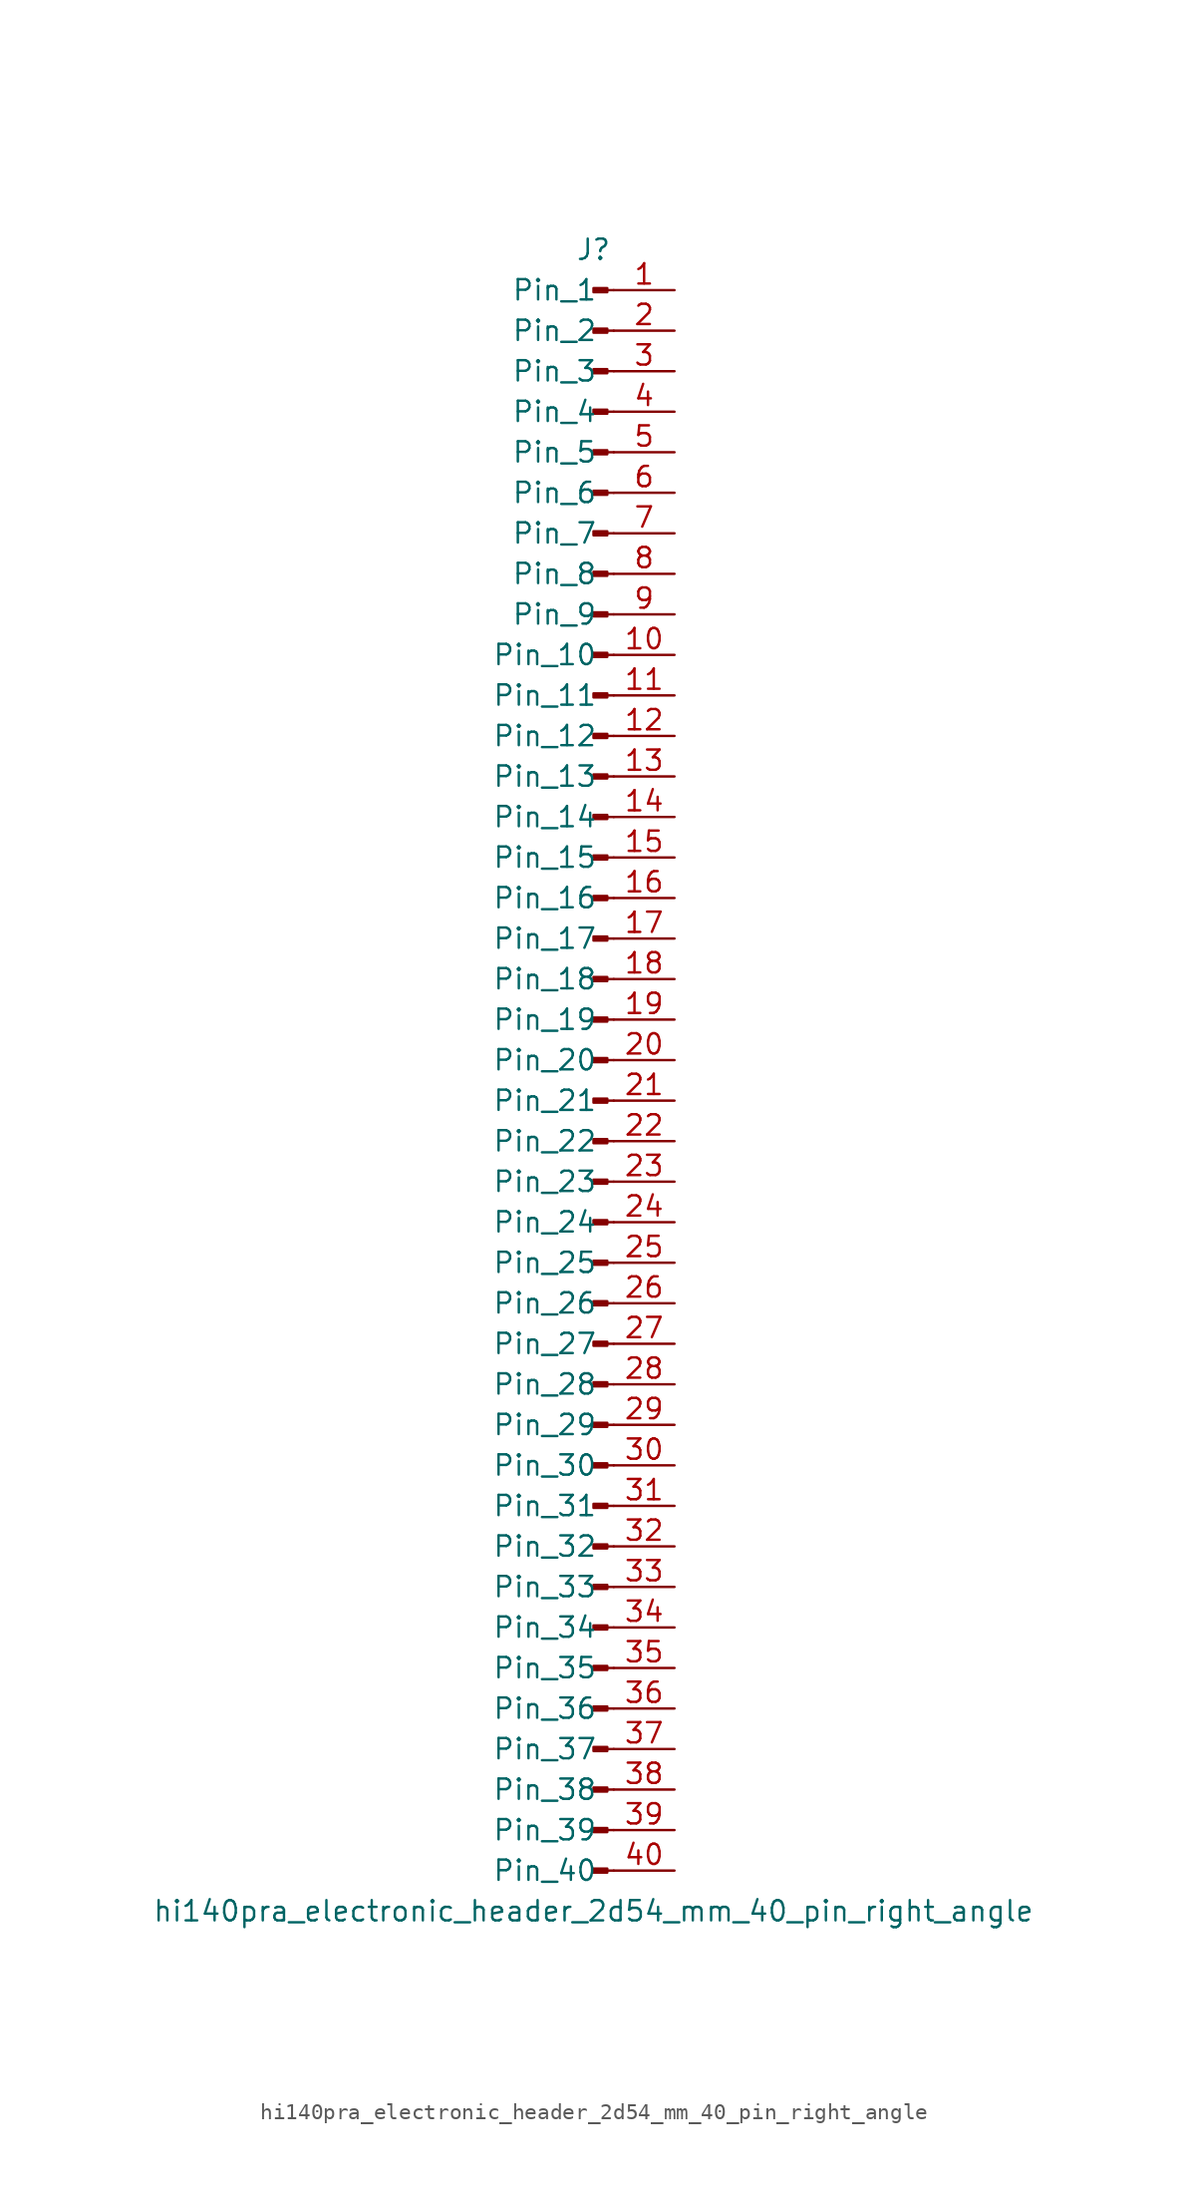
<source format=kicad_sym>
(kicad_symbol_lib
  (version 20220914)
  (generator kicad_symbol_editor)
  (symbol "hi140pra_electronic_header_2d54_mm_40_pin_right_angle"
    (pin_names
      (offset 1.016))
    (property "Reference" "J"
      (at 0 50.8 0)
      (effects (font (size 1.27 1.27))))
    (property "Value" "hi140pra_electronic_header_2d54_mm_40_pin_right_angle"
      (at 0 -53.34 0)
      (effects (font (size 1.27 1.27))))
    (property "ki_locked" ""
      (at 0 0 0)
      (effects (font (size 1.27 1.27))))
    (symbol "hi140pra_electronic_header_2d54_mm_40_pin_right_angle_1_1"
      (polyline (pts (xy 1.27 -50.8) (xy 0.864 -50.8)) (stroke (width 0.152) (type default)) (fill (type none)))
      (polyline (pts (xy 1.27 -48.26) (xy 0.864 -48.26)) (stroke (width 0.152) (type default)) (fill (type none)))
      (polyline (pts (xy 1.27 -45.72) (xy 0.864 -45.72)) (stroke (width 0.152) (type default)) (fill (type none)))
      (polyline (pts (xy 1.27 -43.18) (xy 0.864 -43.18)) (stroke (width 0.152) (type default)) (fill (type none)))
      (polyline (pts (xy 1.27 -40.64) (xy 0.864 -40.64)) (stroke (width 0.152) (type default)) (fill (type none)))
      (polyline (pts (xy 1.27 -38.1) (xy 0.864 -38.1)) (stroke (width 0.152) (type default)) (fill (type none)))
      (polyline (pts (xy 1.27 -35.56) (xy 0.864 -35.56)) (stroke (width 0.152) (type default)) (fill (type none)))
      (polyline (pts (xy 1.27 -33.02) (xy 0.864 -33.02)) (stroke (width 0.152) (type default)) (fill (type none)))
      (polyline (pts (xy 1.27 -30.48) (xy 0.864 -30.48)) (stroke (width 0.152) (type default)) (fill (type none)))
      (polyline (pts (xy 1.27 -27.94) (xy 0.864 -27.94)) (stroke (width 0.152) (type default)) (fill (type none)))
      (polyline (pts (xy 1.27 -25.4) (xy 0.864 -25.4)) (stroke (width 0.152) (type default)) (fill (type none)))
      (polyline (pts (xy 1.27 -22.86) (xy 0.864 -22.86)) (stroke (width 0.152) (type default)) (fill (type none)))
      (polyline (pts (xy 1.27 -20.32) (xy 0.864 -20.32)) (stroke (width 0.152) (type default)) (fill (type none)))
      (polyline (pts (xy 1.27 -17.78) (xy 0.864 -17.78)) (stroke (width 0.152) (type default)) (fill (type none)))
      (polyline (pts (xy 1.27 -15.24) (xy 0.864 -15.24)) (stroke (width 0.152) (type default)) (fill (type none)))
      (polyline (pts (xy 1.27 -12.7) (xy 0.864 -12.7)) (stroke (width 0.152) (type default)) (fill (type none)))
      (polyline (pts (xy 1.27 -10.16) (xy 0.864 -10.16)) (stroke (width 0.152) (type default)) (fill (type none)))
      (polyline (pts (xy 1.27 -7.62) (xy 0.864 -7.62)) (stroke (width 0.152) (type default)) (fill (type none)))
      (polyline (pts (xy 1.27 -5.08) (xy 0.864 -5.08)) (stroke (width 0.152) (type default)) (fill (type none)))
      (polyline (pts (xy 1.27 -2.54) (xy 0.864 -2.54)) (stroke (width 0.152) (type default)) (fill (type none)))
      (polyline (pts (xy 1.27 0) (xy 0.864 0)) (stroke (width 0.152) (type default)) (fill (type none)))
      (polyline (pts (xy 1.27 2.54) (xy 0.864 2.54)) (stroke (width 0.152) (type default)) (fill (type none)))
      (polyline (pts (xy 1.27 5.08) (xy 0.864 5.08)) (stroke (width 0.152) (type default)) (fill (type none)))
      (polyline (pts (xy 1.27 7.62) (xy 0.864 7.62)) (stroke (width 0.152) (type default)) (fill (type none)))
      (polyline (pts (xy 1.27 10.16) (xy 0.864 10.16)) (stroke (width 0.152) (type default)) (fill (type none)))
      (polyline (pts (xy 1.27 12.7) (xy 0.864 12.7)) (stroke (width 0.152) (type default)) (fill (type none)))
      (polyline (pts (xy 1.27 15.24) (xy 0.864 15.24)) (stroke (width 0.152) (type default)) (fill (type none)))
      (polyline (pts (xy 1.27 17.78) (xy 0.864 17.78)) (stroke (width 0.152) (type default)) (fill (type none)))
      (polyline (pts (xy 1.27 20.32) (xy 0.864 20.32)) (stroke (width 0.152) (type default)) (fill (type none)))
      (polyline (pts (xy 1.27 22.86) (xy 0.864 22.86)) (stroke (width 0.152) (type default)) (fill (type none)))
      (polyline (pts (xy 1.27 25.4) (xy 0.864 25.4)) (stroke (width 0.152) (type default)) (fill (type none)))
      (polyline (pts (xy 1.27 27.94) (xy 0.864 27.94)) (stroke (width 0.152) (type default)) (fill (type none)))
      (polyline (pts (xy 1.27 30.48) (xy 0.864 30.48)) (stroke (width 0.152) (type default)) (fill (type none)))
      (polyline (pts (xy 1.27 33.02) (xy 0.864 33.02)) (stroke (width 0.152) (type default)) (fill (type none)))
      (polyline (pts (xy 1.27 35.56) (xy 0.864 35.56)) (stroke (width 0.152) (type default)) (fill (type none)))
      (polyline (pts (xy 1.27 38.1) (xy 0.864 38.1)) (stroke (width 0.152) (type default)) (fill (type none)))
      (polyline (pts (xy 1.27 40.64) (xy 0.864 40.64)) (stroke (width 0.152) (type default)) (fill (type none)))
      (polyline (pts (xy 1.27 43.18) (xy 0.864 43.18)) (stroke (width 0.152) (type default)) (fill (type none)))
      (polyline (pts (xy 1.27 45.72) (xy 0.864 45.72)) (stroke (width 0.152) (type default)) (fill (type none)))
      (polyline (pts (xy 1.27 48.26) (xy 0.864 48.26)) (stroke (width 0.152) (type default)) (fill (type none)))
      (rectangle (start 0.864 -50.673) (end 0 -50.927) (stroke (width 0.152) (type default)) (fill (type outline)))
      (rectangle (start 0.864 -48.133) (end 0 -48.387) (stroke (width 0.152) (type default)) (fill (type outline)))
      (rectangle (start 0.864 -45.593) (end 0 -45.847) (stroke (width 0.152) (type default)) (fill (type outline)))
      (rectangle (start 0.864 -43.053) (end 0 -43.307) (stroke (width 0.152) (type default)) (fill (type outline)))
      (rectangle (start 0.864 -40.513) (end 0 -40.767) (stroke (width 0.152) (type default)) (fill (type outline)))
      (rectangle (start 0.864 -37.973) (end 0 -38.227) (stroke (width 0.152) (type default)) (fill (type outline)))
      (rectangle (start 0.864 -35.433) (end 0 -35.687) (stroke (width 0.152) (type default)) (fill (type outline)))
      (rectangle (start 0.864 -32.893) (end 0 -33.147) (stroke (width 0.152) (type default)) (fill (type outline)))
      (rectangle (start 0.864 -30.353) (end 0 -30.607) (stroke (width 0.152) (type default)) (fill (type outline)))
      (rectangle (start 0.864 -27.813) (end 0 -28.067) (stroke (width 0.152) (type default)) (fill (type outline)))
      (rectangle (start 0.864 -25.273) (end 0 -25.527) (stroke (width 0.152) (type default)) (fill (type outline)))
      (rectangle (start 0.864 -22.733) (end 0 -22.987) (stroke (width 0.152) (type default)) (fill (type outline)))
      (rectangle (start 0.864 -20.193) (end 0 -20.447) (stroke (width 0.152) (type default)) (fill (type outline)))
      (rectangle (start 0.864 -17.653) (end 0 -17.907) (stroke (width 0.152) (type default)) (fill (type outline)))
      (rectangle (start 0.864 -15.113) (end 0 -15.367) (stroke (width 0.152) (type default)) (fill (type outline)))
      (rectangle (start 0.864 -12.573) (end 0 -12.827) (stroke (width 0.152) (type default)) (fill (type outline)))
      (rectangle (start 0.864 -10.033) (end 0 -10.287) (stroke (width 0.152) (type default)) (fill (type outline)))
      (rectangle (start 0.864 -7.493) (end 0 -7.747) (stroke (width 0.152) (type default)) (fill (type outline)))
      (rectangle (start 0.864 -4.953) (end 0 -5.207) (stroke (width 0.152) (type default)) (fill (type outline)))
      (rectangle (start 0.864 -2.413) (end 0 -2.667) (stroke (width 0.152) (type default)) (fill (type outline)))
      (rectangle (start 0.864 0.127) (end 0 -0.127) (stroke (width 0.152) (type default)) (fill (type outline)))
      (rectangle (start 0.864 2.667) (end 0 2.413) (stroke (width 0.152) (type default)) (fill (type outline)))
      (rectangle (start 0.864 5.207) (end 0 4.953) (stroke (width 0.152) (type default)) (fill (type outline)))
      (rectangle (start 0.864 7.747) (end 0 7.493) (stroke (width 0.152) (type default)) (fill (type outline)))
      (rectangle (start 0.864 10.287) (end 0 10.033) (stroke (width 0.152) (type default)) (fill (type outline)))
      (rectangle (start 0.864 12.827) (end 0 12.573) (stroke (width 0.152) (type default)) (fill (type outline)))
      (rectangle (start 0.864 15.367) (end 0 15.113) (stroke (width 0.152) (type default)) (fill (type outline)))
      (rectangle (start 0.864 17.907) (end 0 17.653) (stroke (width 0.152) (type default)) (fill (type outline)))
      (rectangle (start 0.864 20.447) (end 0 20.193) (stroke (width 0.152) (type default)) (fill (type outline)))
      (rectangle (start 0.864 22.987) (end 0 22.733) (stroke (width 0.152) (type default)) (fill (type outline)))
      (rectangle (start 0.864 25.527) (end 0 25.273) (stroke (width 0.152) (type default)) (fill (type outline)))
      (rectangle (start 0.864 28.067) (end 0 27.813) (stroke (width 0.152) (type default)) (fill (type outline)))
      (rectangle (start 0.864 30.607) (end 0 30.353) (stroke (width 0.152) (type default)) (fill (type outline)))
      (rectangle (start 0.864 33.147) (end 0 32.893) (stroke (width 0.152) (type default)) (fill (type outline)))
      (rectangle (start 0.864 35.687) (end 0 35.433) (stroke (width 0.152) (type default)) (fill (type outline)))
      (rectangle (start 0.864 38.227) (end 0 37.973) (stroke (width 0.152) (type default)) (fill (type outline)))
      (rectangle (start 0.864 40.767) (end 0 40.513) (stroke (width 0.152) (type default)) (fill (type outline)))
      (rectangle (start 0.864 43.307) (end 0 43.053) (stroke (width 0.152) (type default)) (fill (type outline)))
      (rectangle (start 0.864 45.847) (end 0 45.593) (stroke (width 0.152) (type default)) (fill (type outline)))
      (rectangle (start 0.864 48.387) (end 0 48.133) (stroke (width 0.152) (type default)) (fill (type outline)))
      (pin passive line (at 5.08 48.26 180) (length 3.81) (name "Pin_1" (effects (font (size 1.27 1.27)))) (number "1" (effects (font (size 1.27 1.27)))))
      (pin passive line (at 5.08 25.4 180) (length 3.81) (name "Pin_10" (effects (font (size 1.27 1.27)))) (number "10" (effects (font (size 1.27 1.27)))))
      (pin passive line (at 5.08 22.86 180) (length 3.81) (name "Pin_11" (effects (font (size 1.27 1.27)))) (number "11" (effects (font (size 1.27 1.27)))))
      (pin passive line (at 5.08 20.32 180) (length 3.81) (name "Pin_12" (effects (font (size 1.27 1.27)))) (number "12" (effects (font (size 1.27 1.27)))))
      (pin passive line (at 5.08 17.78 180) (length 3.81) (name "Pin_13" (effects (font (size 1.27 1.27)))) (number "13" (effects (font (size 1.27 1.27)))))
      (pin passive line (at 5.08 15.24 180) (length 3.81) (name "Pin_14" (effects (font (size 1.27 1.27)))) (number "14" (effects (font (size 1.27 1.27)))))
      (pin passive line (at 5.08 12.7 180) (length 3.81) (name "Pin_15" (effects (font (size 1.27 1.27)))) (number "15" (effects (font (size 1.27 1.27)))))
      (pin passive line (at 5.08 10.16 180) (length 3.81) (name "Pin_16" (effects (font (size 1.27 1.27)))) (number "16" (effects (font (size 1.27 1.27)))))
      (pin passive line (at 5.08 7.62 180) (length 3.81) (name "Pin_17" (effects (font (size 1.27 1.27)))) (number "17" (effects (font (size 1.27 1.27)))))
      (pin passive line (at 5.08 5.08 180) (length 3.81) (name "Pin_18" (effects (font (size 1.27 1.27)))) (number "18" (effects (font (size 1.27 1.27)))))
      (pin passive line (at 5.08 2.54 180) (length 3.81) (name "Pin_19" (effects (font (size 1.27 1.27)))) (number "19" (effects (font (size 1.27 1.27)))))
      (pin passive line (at 5.08 45.72 180) (length 3.81) (name "Pin_2" (effects (font (size 1.27 1.27)))) (number "2" (effects (font (size 1.27 1.27)))))
      (pin passive line (at 5.08 0 180) (length 3.81) (name "Pin_20" (effects (font (size 1.27 1.27)))) (number "20" (effects (font (size 1.27 1.27)))))
      (pin passive line (at 5.08 -2.54 180) (length 3.81) (name "Pin_21" (effects (font (size 1.27 1.27)))) (number "21" (effects (font (size 1.27 1.27)))))
      (pin passive line (at 5.08 -5.08 180) (length 3.81) (name "Pin_22" (effects (font (size 1.27 1.27)))) (number "22" (effects (font (size 1.27 1.27)))))
      (pin passive line (at 5.08 -7.62 180) (length 3.81) (name "Pin_23" (effects (font (size 1.27 1.27)))) (number "23" (effects (font (size 1.27 1.27)))))
      (pin passive line (at 5.08 -10.16 180) (length 3.81) (name "Pin_24" (effects (font (size 1.27 1.27)))) (number "24" (effects (font (size 1.27 1.27)))))
      (pin passive line (at 5.08 -12.7 180) (length 3.81) (name "Pin_25" (effects (font (size 1.27 1.27)))) (number "25" (effects (font (size 1.27 1.27)))))
      (pin passive line (at 5.08 -15.24 180) (length 3.81) (name "Pin_26" (effects (font (size 1.27 1.27)))) (number "26" (effects (font (size 1.27 1.27)))))
      (pin passive line (at 5.08 -17.78 180) (length 3.81) (name "Pin_27" (effects (font (size 1.27 1.27)))) (number "27" (effects (font (size 1.27 1.27)))))
      (pin passive line (at 5.08 -20.32 180) (length 3.81) (name "Pin_28" (effects (font (size 1.27 1.27)))) (number "28" (effects (font (size 1.27 1.27)))))
      (pin passive line (at 5.08 -22.86 180) (length 3.81) (name "Pin_29" (effects (font (size 1.27 1.27)))) (number "29" (effects (font (size 1.27 1.27)))))
      (pin passive line (at 5.08 43.18 180) (length 3.81) (name "Pin_3" (effects (font (size 1.27 1.27)))) (number "3" (effects (font (size 1.27 1.27)))))
      (pin passive line (at 5.08 -25.4 180) (length 3.81) (name "Pin_30" (effects (font (size 1.27 1.27)))) (number "30" (effects (font (size 1.27 1.27)))))
      (pin passive line (at 5.08 -27.94 180) (length 3.81) (name "Pin_31" (effects (font (size 1.27 1.27)))) (number "31" (effects (font (size 1.27 1.27)))))
      (pin passive line (at 5.08 -30.48 180) (length 3.81) (name "Pin_32" (effects (font (size 1.27 1.27)))) (number "32" (effects (font (size 1.27 1.27)))))
      (pin passive line (at 5.08 -33.02 180) (length 3.81) (name "Pin_33" (effects (font (size 1.27 1.27)))) (number "33" (effects (font (size 1.27 1.27)))))
      (pin passive line (at 5.08 -35.56 180) (length 3.81) (name "Pin_34" (effects (font (size 1.27 1.27)))) (number "34" (effects (font (size 1.27 1.27)))))
      (pin passive line (at 5.08 -38.1 180) (length 3.81) (name "Pin_35" (effects (font (size 1.27 1.27)))) (number "35" (effects (font (size 1.27 1.27)))))
      (pin passive line (at 5.08 -40.64 180) (length 3.81) (name "Pin_36" (effects (font (size 1.27 1.27)))) (number "36" (effects (font (size 1.27 1.27)))))
      (pin passive line (at 5.08 -43.18 180) (length 3.81) (name "Pin_37" (effects (font (size 1.27 1.27)))) (number "37" (effects (font (size 1.27 1.27)))))
      (pin passive line (at 5.08 -45.72 180) (length 3.81) (name "Pin_38" (effects (font (size 1.27 1.27)))) (number "38" (effects (font (size 1.27 1.27)))))
      (pin passive line (at 5.08 -48.26 180) (length 3.81) (name "Pin_39" (effects (font (size 1.27 1.27)))) (number "39" (effects (font (size 1.27 1.27)))))
      (pin passive line (at 5.08 40.64 180) (length 3.81) (name "Pin_4" (effects (font (size 1.27 1.27)))) (number "4" (effects (font (size 1.27 1.27)))))
      (pin passive line (at 5.08 -50.8 180) (length 3.81) (name "Pin_40" (effects (font (size 1.27 1.27)))) (number "40" (effects (font (size 1.27 1.27)))))
      (pin passive line (at 5.08 38.1 180) (length 3.81) (name "Pin_5" (effects (font (size 1.27 1.27)))) (number "5" (effects (font (size 1.27 1.27)))))
      (pin passive line (at 5.08 35.56 180) (length 3.81) (name "Pin_6" (effects (font (size 1.27 1.27)))) (number "6" (effects (font (size 1.27 1.27)))))
      (pin passive line (at 5.08 33.02 180) (length 3.81) (name "Pin_7" (effects (font (size 1.27 1.27)))) (number "7" (effects (font (size 1.27 1.27)))))
      (pin passive line (at 5.08 30.48 180) (length 3.81) (name "Pin_8" (effects (font (size 1.27 1.27)))) (number "8" (effects (font (size 1.27 1.27)))))
      (pin passive line (at 5.08 27.94 180) (length 3.81) (name "Pin_9" (effects (font (size 1.27 1.27)))) (number "9" (effects (font (size 1.27 1.27))))))))
</source>
